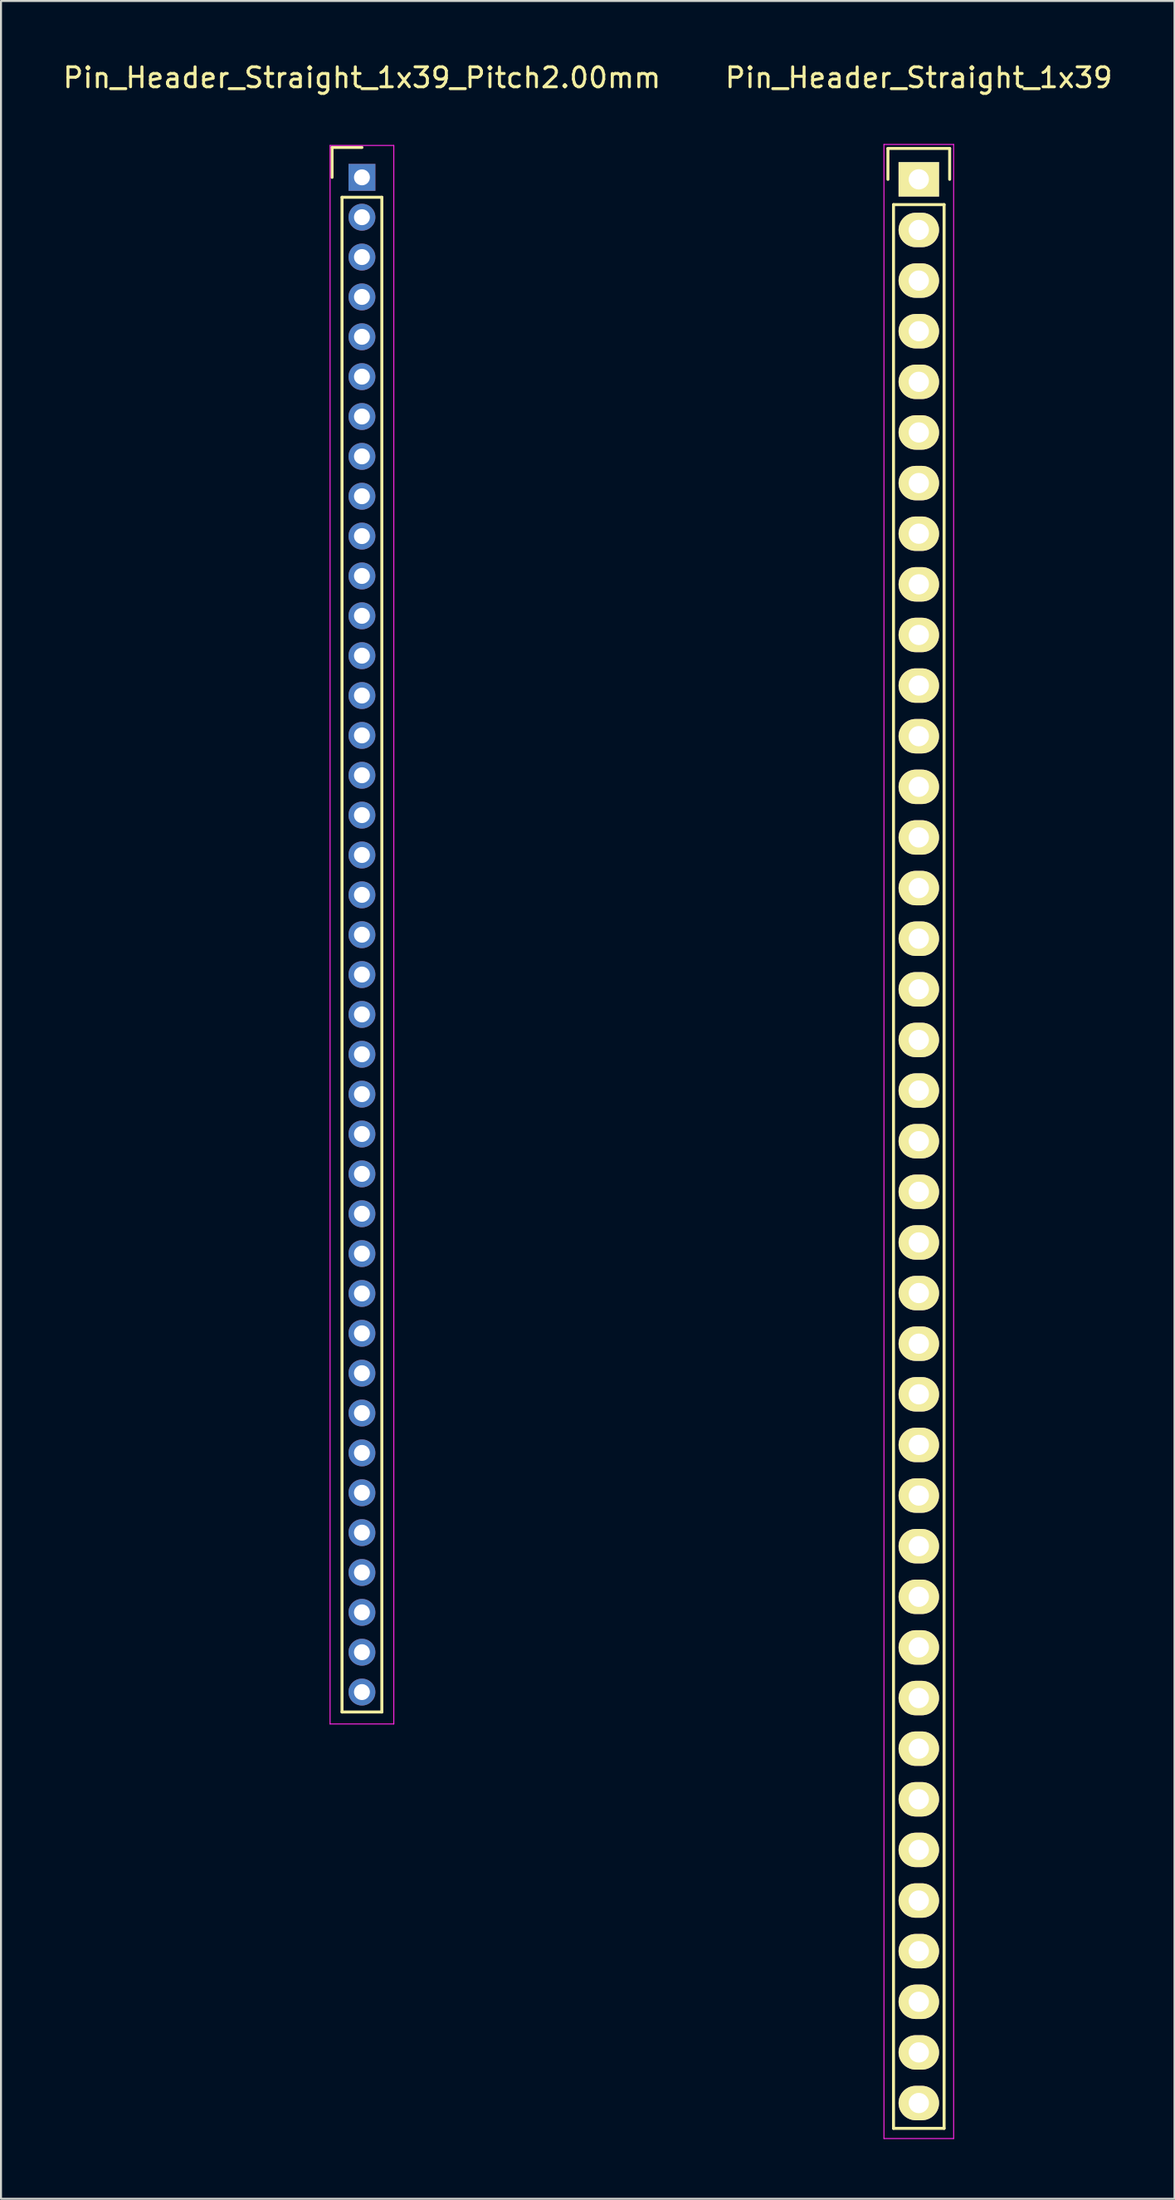
<source format=kicad_pcb>
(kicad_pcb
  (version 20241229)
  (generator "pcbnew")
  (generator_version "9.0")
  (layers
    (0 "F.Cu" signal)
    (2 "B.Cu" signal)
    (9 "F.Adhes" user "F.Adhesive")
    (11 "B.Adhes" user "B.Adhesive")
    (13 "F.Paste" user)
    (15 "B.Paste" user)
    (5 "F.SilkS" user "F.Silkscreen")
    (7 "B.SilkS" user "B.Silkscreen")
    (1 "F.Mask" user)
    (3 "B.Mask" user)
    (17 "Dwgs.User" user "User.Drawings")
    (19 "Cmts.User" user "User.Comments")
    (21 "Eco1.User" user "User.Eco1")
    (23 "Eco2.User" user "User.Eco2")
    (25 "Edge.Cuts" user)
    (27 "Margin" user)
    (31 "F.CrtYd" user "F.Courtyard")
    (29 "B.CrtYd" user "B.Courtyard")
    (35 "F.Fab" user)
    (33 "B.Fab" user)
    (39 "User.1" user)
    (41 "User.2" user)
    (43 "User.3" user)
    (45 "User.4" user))
  (footprint "Pin_Header_Straight_1x39_Pitch2.00mm"
    (layer "F.Cu")
    (at 15.125 5.848)
    (property "Reference" "Pin_Header_Straight_1x39_Pitch2.00mm" (at 0 -5 0) (layer "F.SilkS") (effects (font (size 1 1) (thickness 0.15))))
    (attr through_hole)
    (fp_line (start -1.5 -1.5) (end 0 -1.5) (stroke (width 0.15) (type solid)) (layer "F.SilkS"))
    (fp_line (start -1.5 0) (end -1.5 -1.5) (stroke (width 0.15) (type solid)) (layer "F.SilkS"))
    (fp_line (start -1 1) (end 1 1) (stroke (width 0.15) (type solid)) (layer "F.SilkS"))
    (fp_line (start -1 77) (end -1 1) (stroke (width 0.15) (type solid)) (layer "F.SilkS"))
    (fp_line (start 1 1) (end 1 77) (stroke (width 0.15) (type solid)) (layer "F.SilkS"))
    (fp_line (start 1 77) (end -1 77) (stroke (width 0.15) (type solid)) (layer "F.SilkS"))
    (fp_line (start -1.6 -1.6) (end 1.6 -1.6) (stroke (width 0.05) (type solid)) (layer "F.CrtYd"))
    (fp_line (start -1.6 77.6) (end -1.6 -1.6) (stroke (width 0.05) (type solid)) (layer "F.CrtYd"))
    (fp_line (start 1.6 -1.6) (end 1.6 77.6) (stroke (width 0.05) (type solid)) (layer "F.CrtYd"))
    (fp_line (start 1.6 77.6) (end -1.6 77.6) (stroke (width 0.05) (type solid)) (layer "F.CrtYd"))
    (pad "1" thru_hole rect (at 0 0) (size 1.35 1.35) (drill 0.8) (layers "*.Cu" "*.Mask"))
    (pad "2" thru_hole circle (at 0 2) (size 1.35 1.35) (drill 0.8) (layers "*.Cu" "*.Mask"))
    (pad "3" thru_hole circle (at 0 4) (size 1.35 1.35) (drill 0.8) (layers "*.Cu" "*.Mask"))
    (pad "4" thru_hole circle (at 0 6) (size 1.35 1.35) (drill 0.8) (layers "*.Cu" "*.Mask"))
    (pad "5" thru_hole circle (at 0 8) (size 1.35 1.35) (drill 0.8) (layers "*.Cu" "*.Mask"))
    (pad "6" thru_hole circle (at 0 10) (size 1.35 1.35) (drill 0.8) (layers "*.Cu" "*.Mask"))
    (pad "7" thru_hole circle (at 0 12) (size 1.35 1.35) (drill 0.8) (layers "*.Cu" "*.Mask"))
    (pad "8" thru_hole circle (at 0 14) (size 1.35 1.35) (drill 0.8) (layers "*.Cu" "*.Mask"))
    (pad "9" thru_hole circle (at 0 16) (size 1.35 1.35) (drill 0.8) (layers "*.Cu" "*.Mask"))
    (pad "10" thru_hole circle (at 0 18) (size 1.35 1.35) (drill 0.8) (layers "*.Cu" "*.Mask"))
    (pad "11" thru_hole circle (at 0 20) (size 1.35 1.35) (drill 0.8) (layers "*.Cu" "*.Mask"))
    (pad "12" thru_hole circle (at 0 22) (size 1.35 1.35) (drill 0.8) (layers "*.Cu" "*.Mask"))
    (pad "13" thru_hole circle (at 0 24) (size 1.35 1.35) (drill 0.8) (layers "*.Cu" "*.Mask"))
    (pad "14" thru_hole circle (at 0 26) (size 1.35 1.35) (drill 0.8) (layers "*.Cu" "*.Mask"))
    (pad "15" thru_hole circle (at 0 28) (size 1.35 1.35) (drill 0.8) (layers "*.Cu" "*.Mask"))
    (pad "16" thru_hole circle (at 0 30) (size 1.35 1.35) (drill 0.8) (layers "*.Cu" "*.Mask"))
    (pad "17" thru_hole circle (at 0 32) (size 1.35 1.35) (drill 0.8) (layers "*.Cu" "*.Mask"))
    (pad "18" thru_hole circle (at 0 34) (size 1.35 1.35) (drill 0.8) (layers "*.Cu" "*.Mask"))
    (pad "19" thru_hole circle (at 0 36) (size 1.35 1.35) (drill 0.8) (layers "*.Cu" "*.Mask"))
    (pad "20" thru_hole circle (at 0 38) (size 1.35 1.35) (drill 0.8) (layers "*.Cu" "*.Mask"))
    (pad "21" thru_hole circle (at 0 40) (size 1.35 1.35) (drill 0.8) (layers "*.Cu" "*.Mask"))
    (pad "22" thru_hole circle (at 0 42) (size 1.35 1.35) (drill 0.8) (layers "*.Cu" "*.Mask"))
    (pad "23" thru_hole circle (at 0 44) (size 1.35 1.35) (drill 0.8) (layers "*.Cu" "*.Mask"))
    (pad "24" thru_hole circle (at 0 46) (size 1.35 1.35) (drill 0.8) (layers "*.Cu" "*.Mask"))
    (pad "25" thru_hole circle (at 0 48) (size 1.35 1.35) (drill 0.8) (layers "*.Cu" "*.Mask"))
    (pad "26" thru_hole circle (at 0 50) (size 1.35 1.35) (drill 0.8) (layers "*.Cu" "*.Mask"))
    (pad "27" thru_hole circle (at 0 52) (size 1.35 1.35) (drill 0.8) (layers "*.Cu" "*.Mask"))
    (pad "28" thru_hole circle (at 0 54) (size 1.35 1.35) (drill 0.8) (layers "*.Cu" "*.Mask"))
    (pad "29" thru_hole circle (at 0 56) (size 1.35 1.35) (drill 0.8) (layers "*.Cu" "*.Mask"))
    (pad "30" thru_hole circle (at 0 58) (size 1.35 1.35) (drill 0.8) (layers "*.Cu" "*.Mask"))
    (pad "31" thru_hole circle (at 0 60) (size 1.35 1.35) (drill 0.8) (layers "*.Cu" "*.Mask"))
    (pad "32" thru_hole circle (at 0 62) (size 1.35 1.35) (drill 0.8) (layers "*.Cu" "*.Mask"))
    (pad "33" thru_hole circle (at 0 64) (size 1.35 1.35) (drill 0.8) (layers "*.Cu" "*.Mask"))
    (pad "34" thru_hole circle (at 0 66) (size 1.35 1.35) (drill 0.8) (layers "*.Cu" "*.Mask"))
    (pad "35" thru_hole circle (at 0 68) (size 1.35 1.35) (drill 0.8) (layers "*.Cu" "*.Mask"))
    (pad "36" thru_hole circle (at 0 70) (size 1.35 1.35) (drill 0.8) (layers "*.Cu" "*.Mask"))
    (pad "37" thru_hole circle (at 0 72) (size 1.35 1.35) (drill 0.8) (layers "*.Cu" "*.Mask"))
    (pad "38" thru_hole circle (at 0 74) (size 1.35 1.35) (drill 0.8) (layers "*.Cu" "*.Mask"))
    (pad "39" thru_hole circle (at 0 76) (size 1.35 1.35) (drill 0.8) (layers "*.Cu" "*.Mask")))
  (footprint "Pin_Header_Straight_1x39"
    (layer "F.Cu")
    (at 43.089 5.948)
    (property "Reference" "Pin_Header_Straight_1x39" (at 0 -5.1 0) (layer "F.SilkS") (effects (font (size 1 1) (thickness 0.15))))
    (attr through_hole)
    (fp_line (start -1.55 -1.55) (end 1.55 -1.55) (stroke (width 0.15) (type solid)) (layer "F.SilkS"))
    (fp_line (start -1.55 0) (end -1.55 -1.55) (stroke (width 0.15) (type solid)) (layer "F.SilkS"))
    (fp_line (start -1.27 1.27) (end -1.27 97.79) (stroke (width 0.15) (type solid)) (layer "F.SilkS"))
    (fp_line (start -1.27 97.79) (end 1.27 97.79) (stroke (width 0.15) (type solid)) (layer "F.SilkS"))
    (fp_line (start 1.27 1.27) (end -1.27 1.27) (stroke (width 0.15) (type solid)) (layer "F.SilkS"))
    (fp_line (start 1.27 97.79) (end 1.27 1.27) (stroke (width 0.15) (type solid)) (layer "F.SilkS"))
    (fp_line (start 1.55 -1.55) (end 1.55 0) (stroke (width 0.15) (type solid)) (layer "F.SilkS"))
    (fp_line (start -1.75 -1.75) (end -1.75 98.3) (stroke (width 0.05) (type solid)) (layer "F.CrtYd"))
    (fp_line (start -1.75 -1.75) (end 1.75 -1.75) (stroke (width 0.05) (type solid)) (layer "F.CrtYd"))
    (fp_line (start -1.75 98.3) (end 1.75 98.3) (stroke (width 0.05) (type solid)) (layer "F.CrtYd"))
    (fp_line (start 1.75 -1.75) (end 1.75 98.3) (stroke (width 0.05) (type solid)) (layer "F.CrtYd"))
    (pad "1" thru_hole rect (at 0 0) (size 2.032 1.727) (drill 1.016) (layers "*.Cu" "*.Mask" "F.SilkS"))
    (pad "2" thru_hole oval (at 0 2.54) (size 2.032 1.727) (drill 1.016) (layers "*.Cu" "*.Mask" "F.SilkS"))
    (pad "3" thru_hole oval (at 0 5.08) (size 2.032 1.727) (drill 1.016) (layers "*.Cu" "*.Mask" "F.SilkS"))
    (pad "4" thru_hole oval (at 0 7.62) (size 2.032 1.727) (drill 1.016) (layers "*.Cu" "*.Mask" "F.SilkS"))
    (pad "5" thru_hole oval (at 0 10.16) (size 2.032 1.727) (drill 1.016) (layers "*.Cu" "*.Mask" "F.SilkS"))
    (pad "6" thru_hole oval (at 0 12.7) (size 2.032 1.727) (drill 1.016) (layers "*.Cu" "*.Mask" "F.SilkS"))
    (pad "7" thru_hole oval (at 0 15.24) (size 2.032 1.727) (drill 1.016) (layers "*.Cu" "*.Mask" "F.SilkS"))
    (pad "8" thru_hole oval (at 0 17.78) (size 2.032 1.727) (drill 1.016) (layers "*.Cu" "*.Mask" "F.SilkS"))
    (pad "9" thru_hole oval (at 0 20.32) (size 2.032 1.727) (drill 1.016) (layers "*.Cu" "*.Mask" "F.SilkS"))
    (pad "10" thru_hole oval (at 0 22.86) (size 2.032 1.727) (drill 1.016) (layers "*.Cu" "*.Mask" "F.SilkS"))
    (pad "11" thru_hole oval (at 0 25.4) (size 2.032 1.727) (drill 1.016) (layers "*.Cu" "*.Mask" "F.SilkS"))
    (pad "12" thru_hole oval (at 0 27.94) (size 2.032 1.727) (drill 1.016) (layers "*.Cu" "*.Mask" "F.SilkS"))
    (pad "13" thru_hole oval (at 0 30.48) (size 2.032 1.727) (drill 1.016) (layers "*.Cu" "*.Mask" "F.SilkS"))
    (pad "14" thru_hole oval (at 0 33.02) (size 2.032 1.727) (drill 1.016) (layers "*.Cu" "*.Mask" "F.SilkS"))
    (pad "15" thru_hole oval (at 0 35.56) (size 2.032 1.727) (drill 1.016) (layers "*.Cu" "*.Mask" "F.SilkS"))
    (pad "16" thru_hole oval (at 0 38.1) (size 2.032 1.727) (drill 1.016) (layers "*.Cu" "*.Mask" "F.SilkS"))
    (pad "17" thru_hole oval (at 0 40.64) (size 2.032 1.727) (drill 1.016) (layers "*.Cu" "*.Mask" "F.SilkS"))
    (pad "18" thru_hole oval (at 0 43.18) (size 2.032 1.727) (drill 1.016) (layers "*.Cu" "*.Mask" "F.SilkS"))
    (pad "19" thru_hole oval (at 0 45.72) (size 2.032 1.727) (drill 1.016) (layers "*.Cu" "*.Mask" "F.SilkS"))
    (pad "20" thru_hole oval (at 0 48.26) (size 2.032 1.727) (drill 1.016) (layers "*.Cu" "*.Mask" "F.SilkS"))
    (pad "21" thru_hole oval (at 0 50.8) (size 2.032 1.727) (drill 1.016) (layers "*.Cu" "*.Mask" "F.SilkS"))
    (pad "22" thru_hole oval (at 0 53.34) (size 2.032 1.727) (drill 1.016) (layers "*.Cu" "*.Mask" "F.SilkS"))
    (pad "23" thru_hole oval (at 0 55.88) (size 2.032 1.727) (drill 1.016) (layers "*.Cu" "*.Mask" "F.SilkS"))
    (pad "24" thru_hole oval (at 0 58.42) (size 2.032 1.727) (drill 1.016) (layers "*.Cu" "*.Mask" "F.SilkS"))
    (pad "25" thru_hole oval (at 0 60.96) (size 2.032 1.727) (drill 1.016) (layers "*.Cu" "*.Mask" "F.SilkS"))
    (pad "26" thru_hole oval (at 0 63.5) (size 2.032 1.727) (drill 1.016) (layers "*.Cu" "*.Mask" "F.SilkS"))
    (pad "27" thru_hole oval (at 0 66.04) (size 2.032 1.727) (drill 1.016) (layers "*.Cu" "*.Mask" "F.SilkS"))
    (pad "28" thru_hole oval (at 0 68.58) (size 2.032 1.727) (drill 1.016) (layers "*.Cu" "*.Mask" "F.SilkS"))
    (pad "29" thru_hole oval (at 0 71.12) (size 2.032 1.727) (drill 1.016) (layers "*.Cu" "*.Mask" "F.SilkS"))
    (pad "30" thru_hole oval (at 0 73.66) (size 2.032 1.727) (drill 1.016) (layers "*.Cu" "*.Mask" "F.SilkS"))
    (pad "31" thru_hole oval (at 0 76.2) (size 2.032 1.727) (drill 1.016) (layers "*.Cu" "*.Mask" "F.SilkS"))
    (pad "32" thru_hole oval (at 0 78.74) (size 2.032 1.727) (drill 1.016) (layers "*.Cu" "*.Mask" "F.SilkS"))
    (pad "33" thru_hole oval (at 0 81.28) (size 2.032 1.727) (drill 1.016) (layers "*.Cu" "*.Mask" "F.SilkS"))
    (pad "34" thru_hole oval (at 0 83.82) (size 2.032 1.727) (drill 1.016) (layers "*.Cu" "*.Mask" "F.SilkS"))
    (pad "35" thru_hole oval (at 0 86.36) (size 2.032 1.727) (drill 1.016) (layers "*.Cu" "*.Mask" "F.SilkS"))
    (pad "36" thru_hole oval (at 0 88.9) (size 2.032 1.727) (drill 1.016) (layers "*.Cu" "*.Mask" "F.SilkS"))
    (pad "37" thru_hole oval (at 0 91.44) (size 2.032 1.727) (drill 1.016) (layers "*.Cu" "*.Mask" "F.SilkS"))
    (pad "38" thru_hole oval (at 0 93.98) (size 2.032 1.727) (drill 1.016) (layers "*.Cu" "*.Mask" "F.SilkS"))
    (pad "39" thru_hole oval (at 0 96.52) (size 2.032 1.727) (drill 1.016) (layers "*.Cu" "*.Mask" "F.SilkS")))
  (gr_rect
    (start -3 -3)
    (end 55.929 107.273)
    (stroke (width 0.1) (type default))
    (fill no)
    (layer "Edge.Cuts")))
</source>
